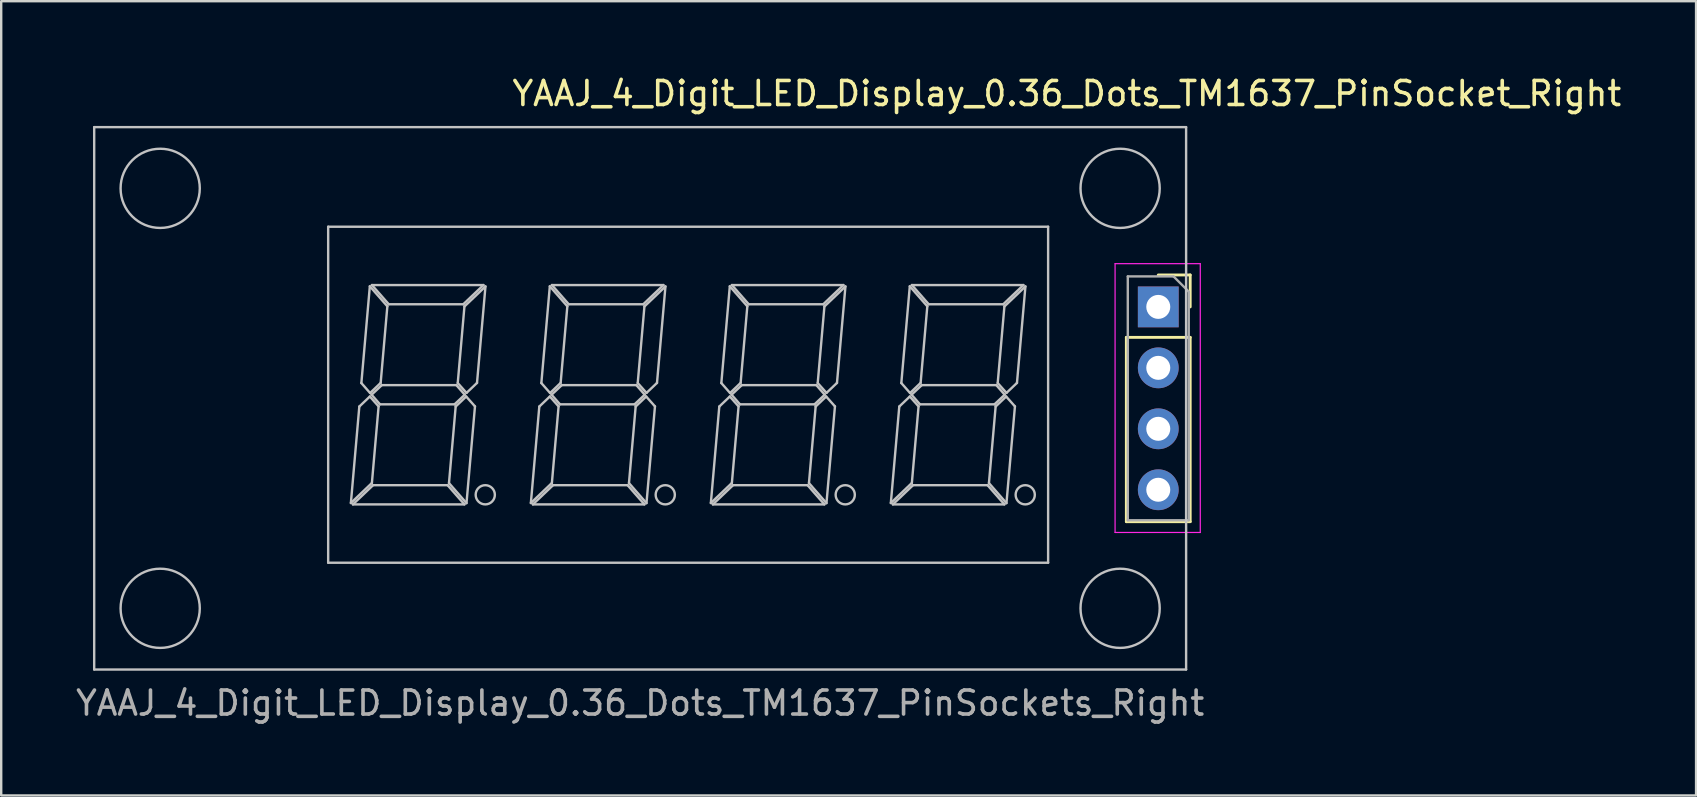
<source format=kicad_pcb>
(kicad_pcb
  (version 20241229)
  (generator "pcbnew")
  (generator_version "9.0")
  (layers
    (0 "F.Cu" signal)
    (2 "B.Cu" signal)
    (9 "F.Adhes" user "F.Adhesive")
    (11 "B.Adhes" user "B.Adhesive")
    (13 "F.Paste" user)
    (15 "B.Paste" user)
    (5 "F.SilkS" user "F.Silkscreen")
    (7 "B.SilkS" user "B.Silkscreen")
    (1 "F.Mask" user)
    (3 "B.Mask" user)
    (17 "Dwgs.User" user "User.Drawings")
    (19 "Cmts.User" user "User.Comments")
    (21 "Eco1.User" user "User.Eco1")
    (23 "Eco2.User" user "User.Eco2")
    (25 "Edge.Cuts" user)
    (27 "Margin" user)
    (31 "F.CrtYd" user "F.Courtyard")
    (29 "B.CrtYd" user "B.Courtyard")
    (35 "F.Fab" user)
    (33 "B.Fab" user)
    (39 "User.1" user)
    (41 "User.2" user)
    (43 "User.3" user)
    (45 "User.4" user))
  (footprint "YAAJ_4_Digit_LED_Display_0.36_Dots_TM1637_PinSocket_Right"
    (layer "F.Cu")
    (at 45.215 9.738)
    (property "Reference" "YAAJ_4_Digit_LED_Display_0.36_Dots_TM1637_PinSocket_Right" (at -3.81 -8.89 180) (layer "F.SilkS") (effects (font (size 1 1) (thickness 0.15))))
    (attr through_hole)
    (fp_line (start -1.33 1.27) (end -1.33 8.95) (stroke (width 0.12) (type solid)) (layer "F.SilkS"))
    (fp_line (start -1.33 1.27) (end 1.33 1.27) (stroke (width 0.12) (type solid)) (layer "F.SilkS"))
    (fp_line (start -1.33 8.95) (end 1.33 8.95) (stroke (width 0.12) (type solid)) (layer "F.SilkS"))
    (fp_line (start 0 -1.33) (end 1.33 -1.33) (stroke (width 0.12) (type solid)) (layer "F.SilkS"))
    (fp_line (start 1.33 -1.33) (end 1.33 0) (stroke (width 0.12) (type solid)) (layer "F.SilkS"))
    (fp_line (start 1.33 1.27) (end 1.33 8.95) (stroke (width 0.12) (type solid)) (layer "F.SilkS"))
    (fp_line (start -44.34 -7.49) (end -44.34 15.11) (stroke (width 0.1) (type solid)) (layer "Dwgs.User"))
    (fp_line (start -44.34 15.11) (end 1.16 15.11) (stroke (width 0.1) (type solid)) (layer "Dwgs.User"))
    (fp_line (start -34.59 -3.34) (end -34.59 10.66) (stroke (width 0.1) (type solid)) (layer "Dwgs.User"))
    (fp_line (start -34.59 10.66) (end -4.59 10.66) (stroke (width 0.1) (type solid)) (layer "Dwgs.User"))
    (fp_line (start -33.644 8.172) (end -32.768 7.338) (stroke (width 0.1) (type solid)) (layer "Dwgs.User"))
    (fp_line (start -33.56 8.23) (end -28.913 8.23) (stroke (width 0.1) (type solid)) (layer "Dwgs.User"))
    (fp_line (start -33.292 4.152) (end -33.644 8.172) (stroke (width 0.1) (type solid)) (layer "Dwgs.User"))
    (fp_line (start -33.207 3.174) (end -32.844 3.588) (stroke (width 0.1) (type solid)) (layer "Dwgs.User"))
    (fp_line (start -32.854 3.735) (end -33.292 4.152) (stroke (width 0.1) (type solid)) (layer "Dwgs.User"))
    (fp_line (start -32.854 -0.858) (end -33.207 3.174) (stroke (width 0.1) (type solid)) (layer "Dwgs.User"))
    (fp_line (start -32.844 3.588) (end -32.403 3.168) (stroke (width 0.1) (type solid)) (layer "Dwgs.User"))
    (fp_line (start -32.781 3.66) (end -32.431 4.06) (stroke (width 0.1) (type solid)) (layer "Dwgs.User"))
    (fp_line (start -32.768 7.338) (end -32.489 4.146) (stroke (width 0.1) (type solid)) (layer "Dwgs.User"))
    (fp_line (start -32.767 -0.91) (end -32.066 -0.11) (stroke (width 0.1) (type solid)) (layer "Dwgs.User"))
    (fp_line (start -32.72 7.43) (end -33.56 8.23) (stroke (width 0.1) (type solid)) (layer "Dwgs.User"))
    (fp_line (start -32.489 4.146) (end -32.854 3.735) (stroke (width 0.1) (type solid)) (layer "Dwgs.User"))
    (fp_line (start -32.431 4.06) (end -29.325 4.06) (stroke (width 0.1) (type solid)) (layer "Dwgs.User"))
    (fp_line (start -32.403 3.168) (end -32.124 -0.024) (stroke (width 0.1) (type solid)) (layer "Dwgs.User"))
    (fp_line (start -32.355 3.26) (end -32.781 3.66) (stroke (width 0.1) (type solid)) (layer "Dwgs.User"))
    (fp_line (start -32.124 -0.024) (end -32.854 -0.858) (stroke (width 0.1) (type solid)) (layer "Dwgs.User"))
    (fp_line (start -32.066 -0.11) (end -28.96 -0.11) (stroke (width 0.1) (type solid)) (layer "Dwgs.User"))
    (fp_line (start -29.614 7.43) (end -32.72 7.43) (stroke (width 0.1) (type solid)) (layer "Dwgs.User"))
    (fp_line (start -29.556 7.344) (end -28.826 8.178) (stroke (width 0.1) (type solid)) (layer "Dwgs.User"))
    (fp_line (start -29.325 4.06) (end -28.899 3.66) (stroke (width 0.1) (type solid)) (layer "Dwgs.User"))
    (fp_line (start -29.277 4.152) (end -29.556 7.344) (stroke (width 0.1) (type solid)) (layer "Dwgs.User"))
    (fp_line (start -29.249 3.26) (end -32.355 3.26) (stroke (width 0.1) (type solid)) (layer "Dwgs.User"))
    (fp_line (start -29.191 3.174) (end -28.826 3.585) (stroke (width 0.1) (type solid)) (layer "Dwgs.User"))
    (fp_line (start -28.96 -0.11) (end -28.12 -0.91) (stroke (width 0.1) (type solid)) (layer "Dwgs.User"))
    (fp_line (start -28.913 8.23) (end -29.614 7.43) (stroke (width 0.1) (type solid)) (layer "Dwgs.User"))
    (fp_line (start -28.912 -0.018) (end -29.191 3.174) (stroke (width 0.1) (type solid)) (layer "Dwgs.User"))
    (fp_line (start -28.899 3.66) (end -29.249 3.26) (stroke (width 0.1) (type solid)) (layer "Dwgs.User"))
    (fp_line (start -28.839 3.735) (end -29.277 4.152) (stroke (width 0.1) (type solid)) (layer "Dwgs.User"))
    (fp_line (start -28.826 8.178) (end -28.473 4.146) (stroke (width 0.1) (type solid)) (layer "Dwgs.User"))
    (fp_line (start -28.826 3.585) (end -28.388 3.168) (stroke (width 0.1) (type solid)) (layer "Dwgs.User"))
    (fp_line (start -28.473 4.146) (end -28.839 3.735) (stroke (width 0.1) (type solid)) (layer "Dwgs.User"))
    (fp_line (start -28.388 3.168) (end -28.036 -0.852) (stroke (width 0.1) (type solid)) (layer "Dwgs.User"))
    (fp_line (start -28.12 -0.91) (end -32.767 -0.91) (stroke (width 0.1) (type solid)) (layer "Dwgs.User"))
    (fp_line (start -28.036 -0.852) (end -28.912 -0.018) (stroke (width 0.1) (type solid)) (layer "Dwgs.User"))
    (fp_line (start -26.144 8.172) (end -25.268 7.338) (stroke (width 0.1) (type solid)) (layer "Dwgs.User"))
    (fp_line (start -26.06 8.23) (end -21.413 8.23) (stroke (width 0.1) (type solid)) (layer "Dwgs.User"))
    (fp_line (start -25.792 4.152) (end -26.144 8.172) (stroke (width 0.1) (type solid)) (layer "Dwgs.User"))
    (fp_line (start -25.707 3.174) (end -25.344 3.588) (stroke (width 0.1) (type solid)) (layer "Dwgs.User"))
    (fp_line (start -25.354 3.735) (end -25.792 4.152) (stroke (width 0.1) (type solid)) (layer "Dwgs.User"))
    (fp_line (start -25.354 -0.858) (end -25.707 3.174) (stroke (width 0.1) (type solid)) (layer "Dwgs.User"))
    (fp_line (start -25.344 3.588) (end -24.903 3.168) (stroke (width 0.1) (type solid)) (layer "Dwgs.User"))
    (fp_line (start -25.281 3.66) (end -24.931 4.06) (stroke (width 0.1) (type solid)) (layer "Dwgs.User"))
    (fp_line (start -25.268 7.338) (end -24.989 4.146) (stroke (width 0.1) (type solid)) (layer "Dwgs.User"))
    (fp_line (start -25.267 -0.91) (end -24.566 -0.11) (stroke (width 0.1) (type solid)) (layer "Dwgs.User"))
    (fp_line (start -25.22 7.43) (end -26.06 8.23) (stroke (width 0.1) (type solid)) (layer "Dwgs.User"))
    (fp_line (start -24.989 4.146) (end -25.354 3.735) (stroke (width 0.1) (type solid)) (layer "Dwgs.User"))
    (fp_line (start -24.931 4.06) (end -21.825 4.06) (stroke (width 0.1) (type solid)) (layer "Dwgs.User"))
    (fp_line (start -24.903 3.168) (end -24.624 -0.024) (stroke (width 0.1) (type solid)) (layer "Dwgs.User"))
    (fp_line (start -24.855 3.26) (end -25.281 3.66) (stroke (width 0.1) (type solid)) (layer "Dwgs.User"))
    (fp_line (start -24.624 -0.024) (end -25.354 -0.858) (stroke (width 0.1) (type solid)) (layer "Dwgs.User"))
    (fp_line (start -24.566 -0.11) (end -21.46 -0.11) (stroke (width 0.1) (type solid)) (layer "Dwgs.User"))
    (fp_line (start -22.114 7.43) (end -25.22 7.43) (stroke (width 0.1) (type solid)) (layer "Dwgs.User"))
    (fp_line (start -22.056 7.344) (end -21.326 8.178) (stroke (width 0.1) (type solid)) (layer "Dwgs.User"))
    (fp_line (start -21.825 4.06) (end -21.399 3.66) (stroke (width 0.1) (type solid)) (layer "Dwgs.User"))
    (fp_line (start -21.777 4.152) (end -22.056 7.344) (stroke (width 0.1) (type solid)) (layer "Dwgs.User"))
    (fp_line (start -21.749 3.26) (end -24.855 3.26) (stroke (width 0.1) (type solid)) (layer "Dwgs.User"))
    (fp_line (start -21.691 3.174) (end -21.326 3.585) (stroke (width 0.1) (type solid)) (layer "Dwgs.User"))
    (fp_line (start -21.46 -0.11) (end -20.62 -0.91) (stroke (width 0.1) (type solid)) (layer "Dwgs.User"))
    (fp_line (start -21.413 8.23) (end -22.114 7.43) (stroke (width 0.1) (type solid)) (layer "Dwgs.User"))
    (fp_line (start -21.412 -0.018) (end -21.691 3.174) (stroke (width 0.1) (type solid)) (layer "Dwgs.User"))
    (fp_line (start -21.399 3.66) (end -21.749 3.26) (stroke (width 0.1) (type solid)) (layer "Dwgs.User"))
    (fp_line (start -21.339 3.735) (end -21.777 4.152) (stroke (width 0.1) (type solid)) (layer "Dwgs.User"))
    (fp_line (start -21.326 8.178) (end -20.973 4.146) (stroke (width 0.1) (type solid)) (layer "Dwgs.User"))
    (fp_line (start -21.326 3.585) (end -20.888 3.168) (stroke (width 0.1) (type solid)) (layer "Dwgs.User"))
    (fp_line (start -20.973 4.146) (end -21.339 3.735) (stroke (width 0.1) (type solid)) (layer "Dwgs.User"))
    (fp_line (start -20.888 3.168) (end -20.536 -0.852) (stroke (width 0.1) (type solid)) (layer "Dwgs.User"))
    (fp_line (start -20.62 -0.91) (end -25.267 -0.91) (stroke (width 0.1) (type solid)) (layer "Dwgs.User"))
    (fp_line (start -20.536 -0.852) (end -21.412 -0.018) (stroke (width 0.1) (type solid)) (layer "Dwgs.User"))
    (fp_line (start -18.644 8.172) (end -17.768 7.338) (stroke (width 0.1) (type solid)) (layer "Dwgs.User"))
    (fp_line (start -18.56 8.23) (end -13.913 8.23) (stroke (width 0.1) (type solid)) (layer "Dwgs.User"))
    (fp_line (start -18.292 4.152) (end -18.644 8.172) (stroke (width 0.1) (type solid)) (layer "Dwgs.User"))
    (fp_line (start -18.207 3.174) (end -17.844 3.588) (stroke (width 0.1) (type solid)) (layer "Dwgs.User"))
    (fp_line (start -17.854 3.735) (end -18.292 4.152) (stroke (width 0.1) (type solid)) (layer "Dwgs.User"))
    (fp_line (start -17.854 -0.858) (end -18.207 3.174) (stroke (width 0.1) (type solid)) (layer "Dwgs.User"))
    (fp_line (start -17.844 3.588) (end -17.403 3.168) (stroke (width 0.1) (type solid)) (layer "Dwgs.User"))
    (fp_line (start -17.781 3.66) (end -17.431 4.06) (stroke (width 0.1) (type solid)) (layer "Dwgs.User"))
    (fp_line (start -17.768 7.338) (end -17.489 4.146) (stroke (width 0.1) (type solid)) (layer "Dwgs.User"))
    (fp_line (start -17.767 -0.91) (end -17.066 -0.11) (stroke (width 0.1) (type solid)) (layer "Dwgs.User"))
    (fp_line (start -17.72 7.43) (end -18.56 8.23) (stroke (width 0.1) (type solid)) (layer "Dwgs.User"))
    (fp_line (start -17.489 4.146) (end -17.854 3.735) (stroke (width 0.1) (type solid)) (layer "Dwgs.User"))
    (fp_line (start -17.431 4.06) (end -14.325 4.06) (stroke (width 0.1) (type solid)) (layer "Dwgs.User"))
    (fp_line (start -17.403 3.168) (end -17.124 -0.024) (stroke (width 0.1) (type solid)) (layer "Dwgs.User"))
    (fp_line (start -17.355 3.26) (end -17.781 3.66) (stroke (width 0.1) (type solid)) (layer "Dwgs.User"))
    (fp_line (start -17.124 -0.024) (end -17.854 -0.858) (stroke (width 0.1) (type solid)) (layer "Dwgs.User"))
    (fp_line (start -17.066 -0.11) (end -13.96 -0.11) (stroke (width 0.1) (type solid)) (layer "Dwgs.User"))
    (fp_line (start -14.614 7.43) (end -17.72 7.43) (stroke (width 0.1) (type solid)) (layer "Dwgs.User"))
    (fp_line (start -14.556 7.344) (end -13.826 8.178) (stroke (width 0.1) (type solid)) (layer "Dwgs.User"))
    (fp_line (start -14.325 4.06) (end -13.899 3.66) (stroke (width 0.1) (type solid)) (layer "Dwgs.User"))
    (fp_line (start -14.277 4.152) (end -14.556 7.344) (stroke (width 0.1) (type solid)) (layer "Dwgs.User"))
    (fp_line (start -14.249 3.26) (end -17.355 3.26) (stroke (width 0.1) (type solid)) (layer "Dwgs.User"))
    (fp_line (start -14.191 3.174) (end -13.826 3.585) (stroke (width 0.1) (type solid)) (layer "Dwgs.User"))
    (fp_line (start -13.96 -0.11) (end -13.12 -0.91) (stroke (width 0.1) (type solid)) (layer "Dwgs.User"))
    (fp_line (start -13.913 8.23) (end -14.614 7.43) (stroke (width 0.1) (type solid)) (layer "Dwgs.User"))
    (fp_line (start -13.912 -0.018) (end -14.191 3.174) (stroke (width 0.1) (type solid)) (layer "Dwgs.User"))
    (fp_line (start -13.899 3.66) (end -14.249 3.26) (stroke (width 0.1) (type solid)) (layer "Dwgs.User"))
    (fp_line (start -13.839 3.735) (end -14.277 4.152) (stroke (width 0.1) (type solid)) (layer "Dwgs.User"))
    (fp_line (start -13.826 8.178) (end -13.473 4.146) (stroke (width 0.1) (type solid)) (layer "Dwgs.User"))
    (fp_line (start -13.826 3.585) (end -13.388 3.168) (stroke (width 0.1) (type solid)) (layer "Dwgs.User"))
    (fp_line (start -13.473 4.146) (end -13.839 3.735) (stroke (width 0.1) (type solid)) (layer "Dwgs.User"))
    (fp_line (start -13.388 3.168) (end -13.036 -0.852) (stroke (width 0.1) (type solid)) (layer "Dwgs.User"))
    (fp_line (start -13.12 -0.91) (end -17.767 -0.91) (stroke (width 0.1) (type solid)) (layer "Dwgs.User"))
    (fp_line (start -13.036 -0.852) (end -13.912 -0.018) (stroke (width 0.1) (type solid)) (layer "Dwgs.User"))
    (fp_line (start -11.144 8.172) (end -10.268 7.338) (stroke (width 0.1) (type solid)) (layer "Dwgs.User"))
    (fp_line (start -11.06 8.23) (end -6.413 8.23) (stroke (width 0.1) (type solid)) (layer "Dwgs.User"))
    (fp_line (start -10.792 4.152) (end -11.144 8.172) (stroke (width 0.1) (type solid)) (layer "Dwgs.User"))
    (fp_line (start -10.707 3.174) (end -10.344 3.588) (stroke (width 0.1) (type solid)) (layer "Dwgs.User"))
    (fp_line (start -10.354 3.735) (end -10.792 4.152) (stroke (width 0.1) (type solid)) (layer "Dwgs.User"))
    (fp_line (start -10.354 -0.858) (end -10.707 3.174) (stroke (width 0.1) (type solid)) (layer "Dwgs.User"))
    (fp_line (start -10.344 3.588) (end -9.903 3.168) (stroke (width 0.1) (type solid)) (layer "Dwgs.User"))
    (fp_line (start -10.281 3.66) (end -9.931 4.06) (stroke (width 0.1) (type solid)) (layer "Dwgs.User"))
    (fp_line (start -10.268 7.338) (end -9.989 4.146) (stroke (width 0.1) (type solid)) (layer "Dwgs.User"))
    (fp_line (start -10.267 -0.91) (end -9.566 -0.11) (stroke (width 0.1) (type solid)) (layer "Dwgs.User"))
    (fp_line (start -10.22 7.43) (end -11.06 8.23) (stroke (width 0.1) (type solid)) (layer "Dwgs.User"))
    (fp_line (start -9.989 4.146) (end -10.354 3.735) (stroke (width 0.1) (type solid)) (layer "Dwgs.User"))
    (fp_line (start -9.931 4.06) (end -6.825 4.06) (stroke (width 0.1) (type solid)) (layer "Dwgs.User"))
    (fp_line (start -9.903 3.168) (end -9.624 -0.024) (stroke (width 0.1) (type solid)) (layer "Dwgs.User"))
    (fp_line (start -9.855 3.26) (end -10.281 3.66) (stroke (width 0.1) (type solid)) (layer "Dwgs.User"))
    (fp_line (start -9.624 -0.024) (end -10.354 -0.858) (stroke (width 0.1) (type solid)) (layer "Dwgs.User"))
    (fp_line (start -9.566 -0.11) (end -6.46 -0.11) (stroke (width 0.1) (type solid)) (layer "Dwgs.User"))
    (fp_line (start -7.114 7.43) (end -10.22 7.43) (stroke (width 0.1) (type solid)) (layer "Dwgs.User"))
    (fp_line (start -7.056 7.344) (end -6.326 8.178) (stroke (width 0.1) (type solid)) (layer "Dwgs.User"))
    (fp_line (start -6.825 4.06) (end -6.399 3.66) (stroke (width 0.1) (type solid)) (layer "Dwgs.User"))
    (fp_line (start -6.777 4.152) (end -7.056 7.344) (stroke (width 0.1) (type solid)) (layer "Dwgs.User"))
    (fp_line (start -6.749 3.26) (end -9.855 3.26) (stroke (width 0.1) (type solid)) (layer "Dwgs.User"))
    (fp_line (start -6.691 3.174) (end -6.326 3.585) (stroke (width 0.1) (type solid)) (layer "Dwgs.User"))
    (fp_line (start -6.46 -0.11) (end -5.62 -0.91) (stroke (width 0.1) (type solid)) (layer "Dwgs.User"))
    (fp_line (start -6.413 8.23) (end -7.114 7.43) (stroke (width 0.1) (type solid)) (layer "Dwgs.User"))
    (fp_line (start -6.412 -0.018) (end -6.691 3.174) (stroke (width 0.1) (type solid)) (layer "Dwgs.User"))
    (fp_line (start -6.399 3.66) (end -6.749 3.26) (stroke (width 0.1) (type solid)) (layer "Dwgs.User"))
    (fp_line (start -6.339 3.735) (end -6.777 4.152) (stroke (width 0.1) (type solid)) (layer "Dwgs.User"))
    (fp_line (start -6.326 8.178) (end -5.973 4.146) (stroke (width 0.1) (type solid)) (layer "Dwgs.User"))
    (fp_line (start -6.326 3.585) (end -5.888 3.168) (stroke (width 0.1) (type solid)) (layer "Dwgs.User"))
    (fp_line (start -5.973 4.146) (end -6.339 3.735) (stroke (width 0.1) (type solid)) (layer "Dwgs.User"))
    (fp_line (start -5.888 3.168) (end -5.536 -0.852) (stroke (width 0.1) (type solid)) (layer "Dwgs.User"))
    (fp_line (start -5.62 -0.91) (end -10.267 -0.91) (stroke (width 0.1) (type solid)) (layer "Dwgs.User"))
    (fp_line (start -5.536 -0.852) (end -6.412 -0.018) (stroke (width 0.1) (type solid)) (layer "Dwgs.User"))
    (fp_line (start -4.59 -3.34) (end -34.59 -3.34) (stroke (width 0.1) (type solid)) (layer "Dwgs.User"))
    (fp_line (start -4.59 10.66) (end -4.59 -3.34) (stroke (width 0.1) (type solid)) (layer "Dwgs.User"))
    (fp_line (start 1.16 -7.49) (end -44.34 -7.49) (stroke (width 0.1) (type solid)) (layer "Dwgs.User"))
    (fp_line (start 1.16 15.11) (end 1.16 -7.49) (stroke (width 0.1) (type solid)) (layer "Dwgs.User"))
    (fp_circle (center -41.59 -4.94) (end -39.94 -4.94) (stroke (width 0.1) (type solid)) (fill no) (layer "Dwgs.User"))
    (fp_circle (center -41.59 12.56) (end -39.94 12.56) (stroke (width 0.1) (type solid)) (fill no) (layer "Dwgs.User"))
    (fp_circle (center -28.044 7.83) (end -27.644 7.83) (stroke (width 0.1) (type solid)) (fill no) (layer "Dwgs.User"))
    (fp_circle (center -20.544 7.83) (end -20.144 7.83) (stroke (width 0.1) (type solid)) (fill no) (layer "Dwgs.User"))
    (fp_circle (center -13.044 7.83) (end -12.644 7.83) (stroke (width 0.1) (type solid)) (fill no) (layer "Dwgs.User"))
    (fp_circle (center -5.544 7.83) (end -5.144 7.83) (stroke (width 0.1) (type solid)) (fill no) (layer "Dwgs.User"))
    (fp_circle (center -1.59 -4.94) (end 0.06 -4.94) (stroke (width 0.1) (type solid)) (fill no) (layer "Dwgs.User"))
    (fp_circle (center -1.59 12.56) (end 0.06 12.56) (stroke (width 0.1) (type solid)) (fill no) (layer "Dwgs.User"))
    (fp_line (start -1.8 -1.8) (end 1.75 -1.8) (stroke (width 0.05) (type solid)) (layer "F.CrtYd"))
    (fp_line (start -1.8 9.4) (end -1.8 -1.8) (stroke (width 0.05) (type solid)) (layer "F.CrtYd"))
    (fp_line (start 1.75 -1.8) (end 1.75 9.4) (stroke (width 0.05) (type solid)) (layer "F.CrtYd"))
    (fp_line (start 1.75 9.4) (end -1.8 9.4) (stroke (width 0.05) (type solid)) (layer "F.CrtYd"))
    (fp_line (start -1.27 -1.27) (end 0.635 -1.27) (stroke (width 0.1) (type solid)) (layer "F.Fab"))
    (fp_line (start -1.27 8.89) (end -1.27 -1.27) (stroke (width 0.1) (type solid)) (layer "F.Fab"))
    (fp_line (start 0.635 -1.27) (end 1.27 -0.635) (stroke (width 0.1) (type solid)) (layer "F.Fab"))
    (fp_line (start 1.27 -0.635) (end 1.27 8.89) (stroke (width 0.1) (type solid)) (layer "F.Fab"))
    (fp_line (start 1.27 8.89) (end -1.27 8.89) (stroke (width 0.1) (type solid)) (layer "F.Fab"))
    (fp_text user "YAAJ_4_Digit_LED_Display_0.36_Dots_TM1637_PinSockets_Right" (at -21.59 16.51 0) (layer "F.Fab") (effects (font (size 1 1) (thickness 0.15))))
    (pad "1" thru_hole rect (at 0 0) (size 1.7 1.7) (drill 1) (layers "*.Cu" "*.Mask"))
    (pad "2" thru_hole oval (at 0 2.54) (size 1.7 1.7) (drill 1) (layers "*.Cu" "*.Mask"))
    (pad "3" thru_hole oval (at 0 5.08) (size 1.7 1.7) (drill 1) (layers "*.Cu" "*.Mask"))
    (pad "4" thru_hole oval (at 0 7.62) (size 1.7 1.7) (drill 1) (layers "*.Cu" "*.Mask")))
  (gr_rect
    (start -3 -3)
    (end 67.625 30.096)
    (stroke (width 0.1) (type default))
    (fill no)
    (layer "Edge.Cuts")))
</source>
